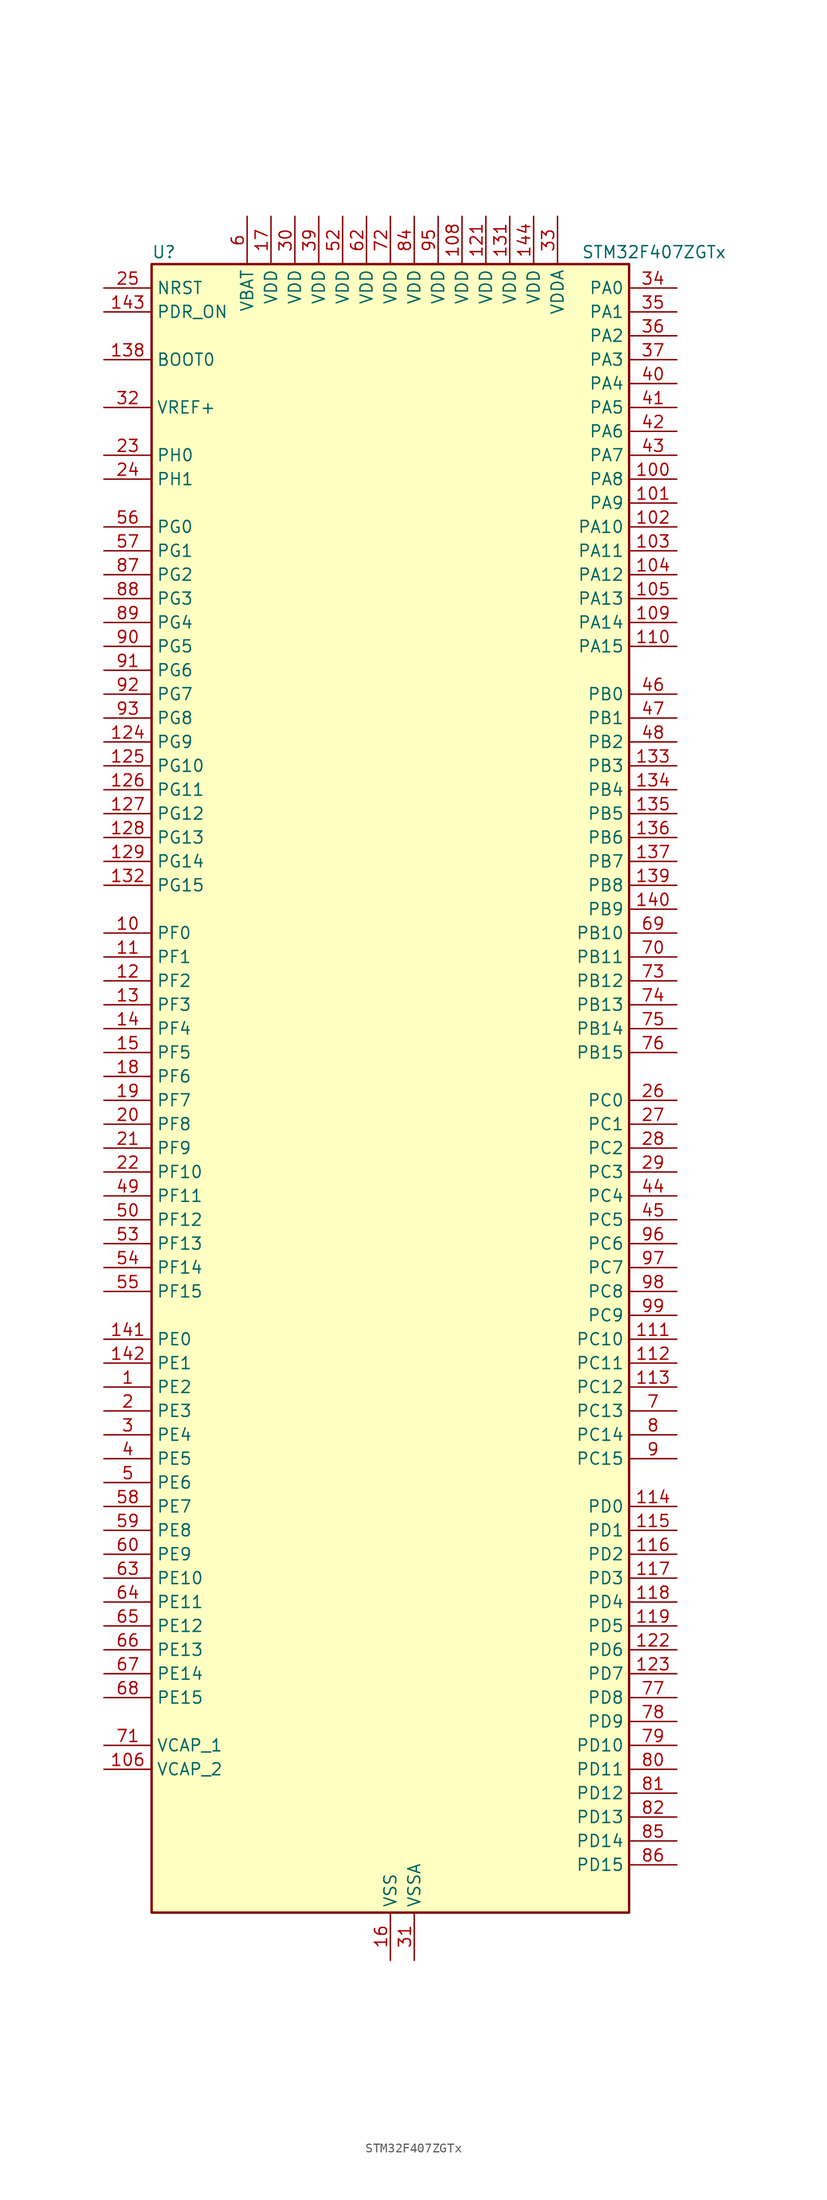
<source format=kicad_sym>
(kicad_symbol_lib
  (version 20220914)
  (generator kicad_symbol_editor)
  (symbol "STM32F407ZGTx"
    (property "Reference" "U"
      (at -25.4 90.17 0)
      (effects (font (size 1.27 1.27)) (justify left)))
    (property "Value" "STM32F407ZGTx"
      (at 20.32 90.17 0)
      (effects (font (size 1.27 1.27)) (justify left)))
    (symbol "STM32F407ZGTx_0_1"
      (rectangle (start -25.4 88.9) (end 25.4 -86.36) (stroke (width 0.254) (type default)) (fill (type background))))
    (symbol "STM32F407ZGTx_1_1"
      (pin bidirectional line (at -30.48 -30.48 0) (length 5.08) (name "PE2" (effects (font (size 1.27 1.27)))) (number "1" (effects (font (size 1.27 1.27)))) (alternate "ETH_TXD3" bidirectional line) (alternate "FSMC_A23" bidirectional line) (alternate "SYS_TRACECLK" bidirectional line))
      (pin bidirectional line (at -30.48 17.78 0) (length 5.08) (name "PF0" (effects (font (size 1.27 1.27)))) (number "10" (effects (font (size 1.27 1.27)))) (alternate "FSMC_A0" bidirectional line) (alternate "I2C2_SDA" bidirectional line))
      (pin bidirectional line (at 30.48 66.04 180) (length 5.08) (name "PA8" (effects (font (size 1.27 1.27)))) (number "100" (effects (font (size 1.27 1.27)))) (alternate "I2C3_SCL" bidirectional line) (alternate "RCC_MCO_1" bidirectional line) (alternate "TIM1_CH1" bidirectional line) (alternate "USART1_CK" bidirectional line) (alternate "USB_OTG_FS_SOF" bidirectional line))
      (pin bidirectional line (at 30.48 63.5 180) (length 5.08) (name "PA9" (effects (font (size 1.27 1.27)))) (number "101" (effects (font (size 1.27 1.27)))) (alternate "DAC_EXTI9" bidirectional line) (alternate "DCMI_D0" bidirectional line) (alternate "I2C3_SMBA" bidirectional line) (alternate "TIM1_CH2" bidirectional line) (alternate "USART1_TX" bidirectional line) (alternate "USB_OTG_FS_VBUS" bidirectional line))
      (pin bidirectional line (at 30.48 60.96 180) (length 5.08) (name "PA10" (effects (font (size 1.27 1.27)))) (number "102" (effects (font (size 1.27 1.27)))) (alternate "DCMI_D1" bidirectional line) (alternate "TIM1_CH3" bidirectional line) (alternate "USART1_RX" bidirectional line) (alternate "USB_OTG_FS_ID" bidirectional line))
      (pin bidirectional line (at 30.48 58.42 180) (length 5.08) (name "PA11" (effects (font (size 1.27 1.27)))) (number "103" (effects (font (size 1.27 1.27)))) (alternate "ADC1_EXTI11" bidirectional line) (alternate "ADC2_EXTI11" bidirectional line) (alternate "ADC3_EXTI11" bidirectional line) (alternate "CAN1_RX" bidirectional line) (alternate "TIM1_CH4" bidirectional line) (alternate "USART1_CTS" bidirectional line) (alternate "USB_OTG_FS_DM" bidirectional line))
      (pin bidirectional line (at 30.48 55.88 180) (length 5.08) (name "PA12" (effects (font (size 1.27 1.27)))) (number "104" (effects (font (size 1.27 1.27)))) (alternate "CAN1_TX" bidirectional line) (alternate "TIM1_ETR" bidirectional line) (alternate "USART1_RTS" bidirectional line) (alternate "USB_OTG_FS_DP" bidirectional line))
      (pin bidirectional line (at 30.48 53.34 180) (length 5.08) (name "PA13" (effects (font (size 1.27 1.27)))) (number "105" (effects (font (size 1.27 1.27)))) (alternate "SYS_JTMS-SWDIO" bidirectional line))
      (pin power_out line (at -30.48 -71.12 0) (length 5.08) (name "VCAP_2" (effects (font (size 1.27 1.27)))) (number "106" (effects (font (size 1.27 1.27)))))
      (pin passive line (at 0 -91.44 90) (length 5.08) hide (name "VSS" (effects (font (size 1.27 1.27)))) (number "107" (effects (font (size 1.27 1.27)))))
      (pin power_in line (at 7.62 93.98 270) (length 5.08) (name "VDD" (effects (font (size 1.27 1.27)))) (number "108" (effects (font (size 1.27 1.27)))))
      (pin bidirectional line (at 30.48 50.8 180) (length 5.08) (name "PA14" (effects (font (size 1.27 1.27)))) (number "109" (effects (font (size 1.27 1.27)))) (alternate "SYS_JTCK-SWCLK" bidirectional line))
      (pin bidirectional line (at -30.48 15.24 0) (length 5.08) (name "PF1" (effects (font (size 1.27 1.27)))) (number "11" (effects (font (size 1.27 1.27)))) (alternate "FSMC_A1" bidirectional line) (alternate "I2C2_SCL" bidirectional line))
      (pin bidirectional line (at 30.48 48.26 180) (length 5.08) (name "PA15" (effects (font (size 1.27 1.27)))) (number "110" (effects (font (size 1.27 1.27)))) (alternate "ADC1_EXTI15" bidirectional line) (alternate "ADC2_EXTI15" bidirectional line) (alternate "ADC3_EXTI15" bidirectional line) (alternate "I2S3_WS" bidirectional line) (alternate "SPI1_NSS" bidirectional line) (alternate "SPI3_NSS" bidirectional line) (alternate "SYS_JTDI" bidirectional line) (alternate "TIM2_CH1" bidirectional line) (alternate "TIM2_ETR" bidirectional line))
      (pin bidirectional line (at 30.48 -25.4 180) (length 5.08) (name "PC10" (effects (font (size 1.27 1.27)))) (number "111" (effects (font (size 1.27 1.27)))) (alternate "DCMI_D8" bidirectional line) (alternate "I2S3_CK" bidirectional line) (alternate "SDIO_D2" bidirectional line) (alternate "SPI3_SCK" bidirectional line) (alternate "UART4_TX" bidirectional line) (alternate "USART3_TX" bidirectional line))
      (pin bidirectional line (at 30.48 -27.94 180) (length 5.08) (name "PC11" (effects (font (size 1.27 1.27)))) (number "112" (effects (font (size 1.27 1.27)))) (alternate "ADC1_EXTI11" bidirectional line) (alternate "ADC2_EXTI11" bidirectional line) (alternate "ADC3_EXTI11" bidirectional line) (alternate "DCMI_D4" bidirectional line) (alternate "I2S3_ext_SD" bidirectional line) (alternate "SDIO_D3" bidirectional line) (alternate "SPI3_MISO" bidirectional line) (alternate "UART4_RX" bidirectional line) (alternate "USART3_RX" bidirectional line))
      (pin bidirectional line (at 30.48 -30.48 180) (length 5.08) (name "PC12" (effects (font (size 1.27 1.27)))) (number "113" (effects (font (size 1.27 1.27)))) (alternate "DCMI_D9" bidirectional line) (alternate "I2S3_SD" bidirectional line) (alternate "SDIO_CK" bidirectional line) (alternate "SPI3_MOSI" bidirectional line) (alternate "UART5_TX" bidirectional line) (alternate "USART3_CK" bidirectional line))
      (pin bidirectional line (at 30.48 -43.18 180) (length 5.08) (name "PD0" (effects (font (size 1.27 1.27)))) (number "114" (effects (font (size 1.27 1.27)))) (alternate "CAN1_RX" bidirectional line) (alternate "FSMC_D2" bidirectional line) (alternate "FSMC_DA2" bidirectional line))
      (pin bidirectional line (at 30.48 -45.72 180) (length 5.08) (name "PD1" (effects (font (size 1.27 1.27)))) (number "115" (effects (font (size 1.27 1.27)))) (alternate "CAN1_TX" bidirectional line) (alternate "FSMC_D3" bidirectional line) (alternate "FSMC_DA3" bidirectional line))
      (pin bidirectional line (at 30.48 -48.26 180) (length 5.08) (name "PD2" (effects (font (size 1.27 1.27)))) (number "116" (effects (font (size 1.27 1.27)))) (alternate "DCMI_D11" bidirectional line) (alternate "SDIO_CMD" bidirectional line) (alternate "TIM3_ETR" bidirectional line) (alternate "UART5_RX" bidirectional line))
      (pin bidirectional line (at 30.48 -50.8 180) (length 5.08) (name "PD3" (effects (font (size 1.27 1.27)))) (number "117" (effects (font (size 1.27 1.27)))) (alternate "FSMC_CLK" bidirectional line) (alternate "USART2_CTS" bidirectional line))
      (pin bidirectional line (at 30.48 -53.34 180) (length 5.08) (name "PD4" (effects (font (size 1.27 1.27)))) (number "118" (effects (font (size 1.27 1.27)))) (alternate "FSMC_NOE" bidirectional line) (alternate "USART2_RTS" bidirectional line))
      (pin bidirectional line (at 30.48 -55.88 180) (length 5.08) (name "PD5" (effects (font (size 1.27 1.27)))) (number "119" (effects (font (size 1.27 1.27)))) (alternate "FSMC_NWE" bidirectional line) (alternate "USART2_TX" bidirectional line))
      (pin bidirectional line (at -30.48 12.7 0) (length 5.08) (name "PF2" (effects (font (size 1.27 1.27)))) (number "12" (effects (font (size 1.27 1.27)))) (alternate "FSMC_A2" bidirectional line) (alternate "I2C2_SMBA" bidirectional line))
      (pin passive line (at 0 -91.44 90) (length 5.08) hide (name "VSS" (effects (font (size 1.27 1.27)))) (number "120" (effects (font (size 1.27 1.27)))))
      (pin power_in line (at 10.16 93.98 270) (length 5.08) (name "VDD" (effects (font (size 1.27 1.27)))) (number "121" (effects (font (size 1.27 1.27)))))
      (pin bidirectional line (at 30.48 -58.42 180) (length 5.08) (name "PD6" (effects (font (size 1.27 1.27)))) (number "122" (effects (font (size 1.27 1.27)))) (alternate "FSMC_NWAIT" bidirectional line) (alternate "USART2_RX" bidirectional line))
      (pin bidirectional line (at 30.48 -60.96 180) (length 5.08) (name "PD7" (effects (font (size 1.27 1.27)))) (number "123" (effects (font (size 1.27 1.27)))) (alternate "FSMC_NCE2" bidirectional line) (alternate "FSMC_NE1" bidirectional line) (alternate "USART2_CK" bidirectional line))
      (pin bidirectional line (at -30.48 38.1 0) (length 5.08) (name "PG9" (effects (font (size 1.27 1.27)))) (number "124" (effects (font (size 1.27 1.27)))) (alternate "DAC_EXTI9" bidirectional line) (alternate "FSMC_NCE3" bidirectional line) (alternate "FSMC_NE2" bidirectional line) (alternate "USART6_RX" bidirectional line))
      (pin bidirectional line (at -30.48 35.56 0) (length 5.08) (name "PG10" (effects (font (size 1.27 1.27)))) (number "125" (effects (font (size 1.27 1.27)))) (alternate "FSMC_NCE4_1" bidirectional line) (alternate "FSMC_NE3" bidirectional line))
      (pin bidirectional line (at -30.48 33.02 0) (length 5.08) (name "PG11" (effects (font (size 1.27 1.27)))) (number "126" (effects (font (size 1.27 1.27)))) (alternate "ADC1_EXTI11" bidirectional line) (alternate "ADC2_EXTI11" bidirectional line) (alternate "ADC3_EXTI11" bidirectional line) (alternate "ETH_TX_EN" bidirectional line) (alternate "FSMC_NCE4_2" bidirectional line))
      (pin bidirectional line (at -30.48 30.48 0) (length 5.08) (name "PG12" (effects (font (size 1.27 1.27)))) (number "127" (effects (font (size 1.27 1.27)))) (alternate "FSMC_NE4" bidirectional line) (alternate "USART6_RTS" bidirectional line))
      (pin bidirectional line (at -30.48 27.94 0) (length 5.08) (name "PG13" (effects (font (size 1.27 1.27)))) (number "128" (effects (font (size 1.27 1.27)))) (alternate "ETH_TXD0" bidirectional line) (alternate "FSMC_A24" bidirectional line) (alternate "USART6_CTS" bidirectional line))
      (pin bidirectional line (at -30.48 25.4 0) (length 5.08) (name "PG14" (effects (font (size 1.27 1.27)))) (number "129" (effects (font (size 1.27 1.27)))) (alternate "ETH_TXD1" bidirectional line) (alternate "FSMC_A25" bidirectional line) (alternate "USART6_TX" bidirectional line))
      (pin bidirectional line (at -30.48 10.16 0) (length 5.08) (name "PF3" (effects (font (size 1.27 1.27)))) (number "13" (effects (font (size 1.27 1.27)))) (alternate "ADC3_IN9" bidirectional line) (alternate "FSMC_A3" bidirectional line))
      (pin passive line (at 0 -91.44 90) (length 5.08) hide (name "VSS" (effects (font (size 1.27 1.27)))) (number "130" (effects (font (size 1.27 1.27)))))
      (pin power_in line (at 12.7 93.98 270) (length 5.08) (name "VDD" (effects (font (size 1.27 1.27)))) (number "131" (effects (font (size 1.27 1.27)))))
      (pin bidirectional line (at -30.48 22.86 0) (length 5.08) (name "PG15" (effects (font (size 1.27 1.27)))) (number "132" (effects (font (size 1.27 1.27)))) (alternate "ADC1_EXTI15" bidirectional line) (alternate "ADC2_EXTI15" bidirectional line) (alternate "ADC3_EXTI15" bidirectional line) (alternate "DCMI_D13" bidirectional line) (alternate "USART6_CTS" bidirectional line))
      (pin bidirectional line (at 30.48 35.56 180) (length 5.08) (name "PB3" (effects (font (size 1.27 1.27)))) (number "133" (effects (font (size 1.27 1.27)))) (alternate "I2S3_CK" bidirectional line) (alternate "SPI1_SCK" bidirectional line) (alternate "SPI3_SCK" bidirectional line) (alternate "SYS_JTDO-SWO" bidirectional line) (alternate "TIM2_CH2" bidirectional line))
      (pin bidirectional line (at 30.48 33.02 180) (length 5.08) (name "PB4" (effects (font (size 1.27 1.27)))) (number "134" (effects (font (size 1.27 1.27)))) (alternate "I2S3_ext_SD" bidirectional line) (alternate "SPI1_MISO" bidirectional line) (alternate "SPI3_MISO" bidirectional line) (alternate "SYS_JTRST" bidirectional line) (alternate "TIM3_CH1" bidirectional line))
      (pin bidirectional line (at 30.48 30.48 180) (length 5.08) (name "PB5" (effects (font (size 1.27 1.27)))) (number "135" (effects (font (size 1.27 1.27)))) (alternate "CAN2_RX" bidirectional line) (alternate "DCMI_D10" bidirectional line) (alternate "ETH_PPS_OUT" bidirectional line) (alternate "I2C1_SMBA" bidirectional line) (alternate "I2S3_SD" bidirectional line) (alternate "SPI1_MOSI" bidirectional line) (alternate "SPI3_MOSI" bidirectional line) (alternate "TIM3_CH2" bidirectional line) (alternate "USB_OTG_HS_ULPI_D7" bidirectional line))
      (pin bidirectional line (at 30.48 27.94 180) (length 5.08) (name "PB6" (effects (font (size 1.27 1.27)))) (number "136" (effects (font (size 1.27 1.27)))) (alternate "CAN2_TX" bidirectional line) (alternate "DCMI_D5" bidirectional line) (alternate "I2C1_SCL" bidirectional line) (alternate "TIM4_CH1" bidirectional line) (alternate "USART1_TX" bidirectional line))
      (pin bidirectional line (at 30.48 25.4 180) (length 5.08) (name "PB7" (effects (font (size 1.27 1.27)))) (number "137" (effects (font (size 1.27 1.27)))) (alternate "DCMI_VSYNC" bidirectional line) (alternate "FSMC_NL" bidirectional line) (alternate "I2C1_SDA" bidirectional line) (alternate "TIM4_CH2" bidirectional line) (alternate "USART1_RX" bidirectional line))
      (pin input line (at -30.48 78.74 0) (length 5.08) (name "BOOT0" (effects (font (size 1.27 1.27)))) (number "138" (effects (font (size 1.27 1.27)))))
      (pin bidirectional line (at 30.48 22.86 180) (length 5.08) (name "PB8" (effects (font (size 1.27 1.27)))) (number "139" (effects (font (size 1.27 1.27)))) (alternate "CAN1_RX" bidirectional line) (alternate "DCMI_D6" bidirectional line) (alternate "ETH_TXD3" bidirectional line) (alternate "I2C1_SCL" bidirectional line) (alternate "SDIO_D4" bidirectional line) (alternate "TIM10_CH1" bidirectional line) (alternate "TIM4_CH3" bidirectional line))
      (pin bidirectional line (at -30.48 7.62 0) (length 5.08) (name "PF4" (effects (font (size 1.27 1.27)))) (number "14" (effects (font (size 1.27 1.27)))) (alternate "ADC3_IN14" bidirectional line) (alternate "FSMC_A4" bidirectional line))
      (pin bidirectional line (at 30.48 20.32 180) (length 5.08) (name "PB9" (effects (font (size 1.27 1.27)))) (number "140" (effects (font (size 1.27 1.27)))) (alternate "CAN1_TX" bidirectional line) (alternate "DAC_EXTI9" bidirectional line) (alternate "DCMI_D7" bidirectional line) (alternate "I2C1_SDA" bidirectional line) (alternate "I2S2_WS" bidirectional line) (alternate "SDIO_D5" bidirectional line) (alternate "SPI2_NSS" bidirectional line) (alternate "TIM11_CH1" bidirectional line) (alternate "TIM4_CH4" bidirectional line))
      (pin bidirectional line (at -30.48 -25.4 0) (length 5.08) (name "PE0" (effects (font (size 1.27 1.27)))) (number "141" (effects (font (size 1.27 1.27)))) (alternate "DCMI_D2" bidirectional line) (alternate "FSMC_NBL0" bidirectional line) (alternate "TIM4_ETR" bidirectional line))
      (pin bidirectional line (at -30.48 -27.94 0) (length 5.08) (name "PE1" (effects (font (size 1.27 1.27)))) (number "142" (effects (font (size 1.27 1.27)))) (alternate "DCMI_D3" bidirectional line) (alternate "FSMC_NBL1" bidirectional line))
      (pin input line (at -30.48 83.82 0) (length 5.08) (name "PDR_ON" (effects (font (size 1.27 1.27)))) (number "143" (effects (font (size 1.27 1.27)))))
      (pin power_in line (at 15.24 93.98 270) (length 5.08) (name "VDD" (effects (font (size 1.27 1.27)))) (number "144" (effects (font (size 1.27 1.27)))))
      (pin bidirectional line (at -30.48 5.08 0) (length 5.08) (name "PF5" (effects (font (size 1.27 1.27)))) (number "15" (effects (font (size 1.27 1.27)))) (alternate "ADC3_IN15" bidirectional line) (alternate "FSMC_A5" bidirectional line))
      (pin power_in line (at 0 -91.44 90) (length 5.08) (name "VSS" (effects (font (size 1.27 1.27)))) (number "16" (effects (font (size 1.27 1.27)))))
      (pin power_in line (at -12.7 93.98 270) (length 5.08) (name "VDD" (effects (font (size 1.27 1.27)))) (number "17" (effects (font (size 1.27 1.27)))))
      (pin bidirectional line (at -30.48 2.54 0) (length 5.08) (name "PF6" (effects (font (size 1.27 1.27)))) (number "18" (effects (font (size 1.27 1.27)))) (alternate "ADC3_IN4" bidirectional line) (alternate "FSMC_NIORD" bidirectional line) (alternate "TIM10_CH1" bidirectional line))
      (pin bidirectional line (at -30.48 0 0) (length 5.08) (name "PF7" (effects (font (size 1.27 1.27)))) (number "19" (effects (font (size 1.27 1.27)))) (alternate "ADC3_IN5" bidirectional line) (alternate "FSMC_NREG" bidirectional line) (alternate "TIM11_CH1" bidirectional line))
      (pin bidirectional line (at -30.48 -33.02 0) (length 5.08) (name "PE3" (effects (font (size 1.27 1.27)))) (number "2" (effects (font (size 1.27 1.27)))) (alternate "FSMC_A19" bidirectional line) (alternate "SYS_TRACED0" bidirectional line))
      (pin bidirectional line (at -30.48 -2.54 0) (length 5.08) (name "PF8" (effects (font (size 1.27 1.27)))) (number "20" (effects (font (size 1.27 1.27)))) (alternate "ADC3_IN6" bidirectional line) (alternate "FSMC_NIOWR" bidirectional line) (alternate "TIM13_CH1" bidirectional line))
      (pin bidirectional line (at -30.48 -5.08 0) (length 5.08) (name "PF9" (effects (font (size 1.27 1.27)))) (number "21" (effects (font (size 1.27 1.27)))) (alternate "ADC3_IN7" bidirectional line) (alternate "DAC_EXTI9" bidirectional line) (alternate "FSMC_CD" bidirectional line) (alternate "TIM14_CH1" bidirectional line))
      (pin bidirectional line (at -30.48 -7.62 0) (length 5.08) (name "PF10" (effects (font (size 1.27 1.27)))) (number "22" (effects (font (size 1.27 1.27)))) (alternate "ADC3_IN8" bidirectional line) (alternate "FSMC_INTR" bidirectional line))
      (pin bidirectional line (at -30.48 68.58 0) (length 5.08) (name "PH0" (effects (font (size 1.27 1.27)))) (number "23" (effects (font (size 1.27 1.27)))) (alternate "RCC_OSC_IN" bidirectional line))
      (pin bidirectional line (at -30.48 66.04 0) (length 5.08) (name "PH1" (effects (font (size 1.27 1.27)))) (number "24" (effects (font (size 1.27 1.27)))) (alternate "RCC_OSC_OUT" bidirectional line))
      (pin input line (at -30.48 86.36 0) (length 5.08) (name "NRST" (effects (font (size 1.27 1.27)))) (number "25" (effects (font (size 1.27 1.27)))))
      (pin bidirectional line (at 30.48 0 180) (length 5.08) (name "PC0" (effects (font (size 1.27 1.27)))) (number "26" (effects (font (size 1.27 1.27)))) (alternate "ADC1_IN10" bidirectional line) (alternate "ADC2_IN10" bidirectional line) (alternate "ADC3_IN10" bidirectional line) (alternate "USB_OTG_HS_ULPI_STP" bidirectional line))
      (pin bidirectional line (at 30.48 -2.54 180) (length 5.08) (name "PC1" (effects (font (size 1.27 1.27)))) (number "27" (effects (font (size 1.27 1.27)))) (alternate "ADC1_IN11" bidirectional line) (alternate "ADC2_IN11" bidirectional line) (alternate "ADC3_IN11" bidirectional line) (alternate "ETH_MDC" bidirectional line))
      (pin bidirectional line (at 30.48 -5.08 180) (length 5.08) (name "PC2" (effects (font (size 1.27 1.27)))) (number "28" (effects (font (size 1.27 1.27)))) (alternate "ADC1_IN12" bidirectional line) (alternate "ADC2_IN12" bidirectional line) (alternate "ADC3_IN12" bidirectional line) (alternate "ETH_TXD2" bidirectional line) (alternate "I2S2_ext_SD" bidirectional line) (alternate "SPI2_MISO" bidirectional line) (alternate "USB_OTG_HS_ULPI_DIR" bidirectional line))
      (pin bidirectional line (at 30.48 -7.62 180) (length 5.08) (name "PC3" (effects (font (size 1.27 1.27)))) (number "29" (effects (font (size 1.27 1.27)))) (alternate "ADC1_IN13" bidirectional line) (alternate "ADC2_IN13" bidirectional line) (alternate "ADC3_IN13" bidirectional line) (alternate "ETH_TX_CLK" bidirectional line) (alternate "I2S2_SD" bidirectional line) (alternate "SPI2_MOSI" bidirectional line) (alternate "USB_OTG_HS_ULPI_NXT" bidirectional line))
      (pin bidirectional line (at -30.48 -35.56 0) (length 5.08) (name "PE4" (effects (font (size 1.27 1.27)))) (number "3" (effects (font (size 1.27 1.27)))) (alternate "DCMI_D4" bidirectional line) (alternate "FSMC_A20" bidirectional line) (alternate "SYS_TRACED1" bidirectional line))
      (pin power_in line (at -10.16 93.98 270) (length 5.08) (name "VDD" (effects (font (size 1.27 1.27)))) (number "30" (effects (font (size 1.27 1.27)))))
      (pin power_in line (at 2.54 -91.44 90) (length 5.08) (name "VSSA" (effects (font (size 1.27 1.27)))) (number "31" (effects (font (size 1.27 1.27)))))
      (pin input line (at -30.48 73.66 0) (length 5.08) (name "VREF+" (effects (font (size 1.27 1.27)))) (number "32" (effects (font (size 1.27 1.27)))))
      (pin power_in line (at 17.78 93.98 270) (length 5.08) (name "VDDA" (effects (font (size 1.27 1.27)))) (number "33" (effects (font (size 1.27 1.27)))))
      (pin bidirectional line (at 30.48 86.36 180) (length 5.08) (name "PA0" (effects (font (size 1.27 1.27)))) (number "34" (effects (font (size 1.27 1.27)))) (alternate "ADC1_IN0" bidirectional line) (alternate "ADC2_IN0" bidirectional line) (alternate "ADC3_IN0" bidirectional line) (alternate "ETH_CRS" bidirectional line) (alternate "SYS_WKUP" bidirectional line) (alternate "TIM2_CH1" bidirectional line) (alternate "TIM2_ETR" bidirectional line) (alternate "TIM5_CH1" bidirectional line) (alternate "TIM8_ETR" bidirectional line) (alternate "UART4_TX" bidirectional line) (alternate "USART2_CTS" bidirectional line))
      (pin bidirectional line (at 30.48 83.82 180) (length 5.08) (name "PA1" (effects (font (size 1.27 1.27)))) (number "35" (effects (font (size 1.27 1.27)))) (alternate "ADC1_IN1" bidirectional line) (alternate "ADC2_IN1" bidirectional line) (alternate "ADC3_IN1" bidirectional line) (alternate "ETH_REF_CLK" bidirectional line) (alternate "ETH_RX_CLK" bidirectional line) (alternate "TIM2_CH2" bidirectional line) (alternate "TIM5_CH2" bidirectional line) (alternate "UART4_RX" bidirectional line) (alternate "USART2_RTS" bidirectional line))
      (pin bidirectional line (at 30.48 81.28 180) (length 5.08) (name "PA2" (effects (font (size 1.27 1.27)))) (number "36" (effects (font (size 1.27 1.27)))) (alternate "ADC1_IN2" bidirectional line) (alternate "ADC2_IN2" bidirectional line) (alternate "ADC3_IN2" bidirectional line) (alternate "ETH_MDIO" bidirectional line) (alternate "TIM2_CH3" bidirectional line) (alternate "TIM5_CH3" bidirectional line) (alternate "TIM9_CH1" bidirectional line) (alternate "USART2_TX" bidirectional line))
      (pin bidirectional line (at 30.48 78.74 180) (length 5.08) (name "PA3" (effects (font (size 1.27 1.27)))) (number "37" (effects (font (size 1.27 1.27)))) (alternate "ADC1_IN3" bidirectional line) (alternate "ADC2_IN3" bidirectional line) (alternate "ADC3_IN3" bidirectional line) (alternate "ETH_COL" bidirectional line) (alternate "TIM2_CH4" bidirectional line) (alternate "TIM5_CH4" bidirectional line) (alternate "TIM9_CH2" bidirectional line) (alternate "USART2_RX" bidirectional line) (alternate "USB_OTG_HS_ULPI_D0" bidirectional line))
      (pin passive line (at 0 -91.44 90) (length 5.08) hide (name "VSS" (effects (font (size 1.27 1.27)))) (number "38" (effects (font (size 1.27 1.27)))))
      (pin power_in line (at -7.62 93.98 270) (length 5.08) (name "VDD" (effects (font (size 1.27 1.27)))) (number "39" (effects (font (size 1.27 1.27)))))
      (pin bidirectional line (at -30.48 -38.1 0) (length 5.08) (name "PE5" (effects (font (size 1.27 1.27)))) (number "4" (effects (font (size 1.27 1.27)))) (alternate "DCMI_D6" bidirectional line) (alternate "FSMC_A21" bidirectional line) (alternate "SYS_TRACED2" bidirectional line) (alternate "TIM9_CH1" bidirectional line))
      (pin bidirectional line (at 30.48 76.2 180) (length 5.08) (name "PA4" (effects (font (size 1.27 1.27)))) (number "40" (effects (font (size 1.27 1.27)))) (alternate "ADC1_IN4" bidirectional line) (alternate "ADC2_IN4" bidirectional line) (alternate "DAC_OUT1" bidirectional line) (alternate "DCMI_HSYNC" bidirectional line) (alternate "I2S3_WS" bidirectional line) (alternate "SPI1_NSS" bidirectional line) (alternate "SPI3_NSS" bidirectional line) (alternate "USART2_CK" bidirectional line) (alternate "USB_OTG_HS_SOF" bidirectional line))
      (pin bidirectional line (at 30.48 73.66 180) (length 5.08) (name "PA5" (effects (font (size 1.27 1.27)))) (number "41" (effects (font (size 1.27 1.27)))) (alternate "ADC1_IN5" bidirectional line) (alternate "ADC2_IN5" bidirectional line) (alternate "DAC_OUT2" bidirectional line) (alternate "SPI1_SCK" bidirectional line) (alternate "TIM2_CH1" bidirectional line) (alternate "TIM2_ETR" bidirectional line) (alternate "TIM8_CH1N" bidirectional line) (alternate "USB_OTG_HS_ULPI_CK" bidirectional line))
      (pin bidirectional line (at 30.48 71.12 180) (length 5.08) (name "PA6" (effects (font (size 1.27 1.27)))) (number "42" (effects (font (size 1.27 1.27)))) (alternate "ADC1_IN6" bidirectional line) (alternate "ADC2_IN6" bidirectional line) (alternate "DCMI_PIXCLK" bidirectional line) (alternate "SPI1_MISO" bidirectional line) (alternate "TIM13_CH1" bidirectional line) (alternate "TIM1_BKIN" bidirectional line) (alternate "TIM3_CH1" bidirectional line) (alternate "TIM8_BKIN" bidirectional line))
      (pin bidirectional line (at 30.48 68.58 180) (length 5.08) (name "PA7" (effects (font (size 1.27 1.27)))) (number "43" (effects (font (size 1.27 1.27)))) (alternate "ADC1_IN7" bidirectional line) (alternate "ADC2_IN7" bidirectional line) (alternate "ETH_CRS_DV" bidirectional line) (alternate "ETH_RX_DV" bidirectional line) (alternate "SPI1_MOSI" bidirectional line) (alternate "TIM14_CH1" bidirectional line) (alternate "TIM1_CH1N" bidirectional line) (alternate "TIM3_CH2" bidirectional line) (alternate "TIM8_CH1N" bidirectional line))
      (pin bidirectional line (at 30.48 -10.16 180) (length 5.08) (name "PC4" (effects (font (size 1.27 1.27)))) (number "44" (effects (font (size 1.27 1.27)))) (alternate "ADC1_IN14" bidirectional line) (alternate "ADC2_IN14" bidirectional line) (alternate "ETH_RXD0" bidirectional line))
      (pin bidirectional line (at 30.48 -12.7 180) (length 5.08) (name "PC5" (effects (font (size 1.27 1.27)))) (number "45" (effects (font (size 1.27 1.27)))) (alternate "ADC1_IN15" bidirectional line) (alternate "ADC2_IN15" bidirectional line) (alternate "ETH_RXD1" bidirectional line))
      (pin bidirectional line (at 30.48 43.18 180) (length 5.08) (name "PB0" (effects (font (size 1.27 1.27)))) (number "46" (effects (font (size 1.27 1.27)))) (alternate "ADC1_IN8" bidirectional line) (alternate "ADC2_IN8" bidirectional line) (alternate "ETH_RXD2" bidirectional line) (alternate "TIM1_CH2N" bidirectional line) (alternate "TIM3_CH3" bidirectional line) (alternate "TIM8_CH2N" bidirectional line) (alternate "USB_OTG_HS_ULPI_D1" bidirectional line))
      (pin bidirectional line (at 30.48 40.64 180) (length 5.08) (name "PB1" (effects (font (size 1.27 1.27)))) (number "47" (effects (font (size 1.27 1.27)))) (alternate "ADC1_IN9" bidirectional line) (alternate "ADC2_IN9" bidirectional line) (alternate "ETH_RXD3" bidirectional line) (alternate "TIM1_CH3N" bidirectional line) (alternate "TIM3_CH4" bidirectional line) (alternate "TIM8_CH3N" bidirectional line) (alternate "USB_OTG_HS_ULPI_D2" bidirectional line))
      (pin bidirectional line (at 30.48 38.1 180) (length 5.08) (name "PB2" (effects (font (size 1.27 1.27)))) (number "48" (effects (font (size 1.27 1.27)))))
      (pin bidirectional line (at -30.48 -10.16 0) (length 5.08) (name "PF11" (effects (font (size 1.27 1.27)))) (number "49" (effects (font (size 1.27 1.27)))) (alternate "ADC1_EXTI11" bidirectional line) (alternate "ADC2_EXTI11" bidirectional line) (alternate "ADC3_EXTI11" bidirectional line) (alternate "DCMI_D12" bidirectional line))
      (pin bidirectional line (at -30.48 -40.64 0) (length 5.08) (name "PE6" (effects (font (size 1.27 1.27)))) (number "5" (effects (font (size 1.27 1.27)))) (alternate "DCMI_D7" bidirectional line) (alternate "FSMC_A22" bidirectional line) (alternate "SYS_TRACED3" bidirectional line) (alternate "TIM9_CH2" bidirectional line))
      (pin bidirectional line (at -30.48 -12.7 0) (length 5.08) (name "PF12" (effects (font (size 1.27 1.27)))) (number "50" (effects (font (size 1.27 1.27)))) (alternate "FSMC_A6" bidirectional line))
      (pin passive line (at 0 -91.44 90) (length 5.08) hide (name "VSS" (effects (font (size 1.27 1.27)))) (number "51" (effects (font (size 1.27 1.27)))))
      (pin power_in line (at -5.08 93.98 270) (length 5.08) (name "VDD" (effects (font (size 1.27 1.27)))) (number "52" (effects (font (size 1.27 1.27)))))
      (pin bidirectional line (at -30.48 -15.24 0) (length 5.08) (name "PF13" (effects (font (size 1.27 1.27)))) (number "53" (effects (font (size 1.27 1.27)))) (alternate "FSMC_A7" bidirectional line))
      (pin bidirectional line (at -30.48 -17.78 0) (length 5.08) (name "PF14" (effects (font (size 1.27 1.27)))) (number "54" (effects (font (size 1.27 1.27)))) (alternate "FSMC_A8" bidirectional line))
      (pin bidirectional line (at -30.48 -20.32 0) (length 5.08) (name "PF15" (effects (font (size 1.27 1.27)))) (number "55" (effects (font (size 1.27 1.27)))) (alternate "ADC1_EXTI15" bidirectional line) (alternate "ADC2_EXTI15" bidirectional line) (alternate "ADC3_EXTI15" bidirectional line) (alternate "FSMC_A9" bidirectional line))
      (pin bidirectional line (at -30.48 60.96 0) (length 5.08) (name "PG0" (effects (font (size 1.27 1.27)))) (number "56" (effects (font (size 1.27 1.27)))) (alternate "FSMC_A10" bidirectional line))
      (pin bidirectional line (at -30.48 58.42 0) (length 5.08) (name "PG1" (effects (font (size 1.27 1.27)))) (number "57" (effects (font (size 1.27 1.27)))) (alternate "FSMC_A11" bidirectional line))
      (pin bidirectional line (at -30.48 -43.18 0) (length 5.08) (name "PE7" (effects (font (size 1.27 1.27)))) (number "58" (effects (font (size 1.27 1.27)))) (alternate "FSMC_D4" bidirectional line) (alternate "FSMC_DA4" bidirectional line) (alternate "TIM1_ETR" bidirectional line))
      (pin bidirectional line (at -30.48 -45.72 0) (length 5.08) (name "PE8" (effects (font (size 1.27 1.27)))) (number "59" (effects (font (size 1.27 1.27)))) (alternate "FSMC_D5" bidirectional line) (alternate "FSMC_DA5" bidirectional line) (alternate "TIM1_CH1N" bidirectional line))
      (pin power_in line (at -15.24 93.98 270) (length 5.08) (name "VBAT" (effects (font (size 1.27 1.27)))) (number "6" (effects (font (size 1.27 1.27)))))
      (pin bidirectional line (at -30.48 -48.26 0) (length 5.08) (name "PE9" (effects (font (size 1.27 1.27)))) (number "60" (effects (font (size 1.27 1.27)))) (alternate "DAC_EXTI9" bidirectional line) (alternate "FSMC_D6" bidirectional line) (alternate "FSMC_DA6" bidirectional line) (alternate "TIM1_CH1" bidirectional line))
      (pin passive line (at 0 -91.44 90) (length 5.08) hide (name "VSS" (effects (font (size 1.27 1.27)))) (number "61" (effects (font (size 1.27 1.27)))))
      (pin power_in line (at -2.54 93.98 270) (length 5.08) (name "VDD" (effects (font (size 1.27 1.27)))) (number "62" (effects (font (size 1.27 1.27)))))
      (pin bidirectional line (at -30.48 -50.8 0) (length 5.08) (name "PE10" (effects (font (size 1.27 1.27)))) (number "63" (effects (font (size 1.27 1.27)))) (alternate "FSMC_D7" bidirectional line) (alternate "FSMC_DA7" bidirectional line) (alternate "TIM1_CH2N" bidirectional line))
      (pin bidirectional line (at -30.48 -53.34 0) (length 5.08) (name "PE11" (effects (font (size 1.27 1.27)))) (number "64" (effects (font (size 1.27 1.27)))) (alternate "ADC1_EXTI11" bidirectional line) (alternate "ADC2_EXTI11" bidirectional line) (alternate "ADC3_EXTI11" bidirectional line) (alternate "FSMC_D8" bidirectional line) (alternate "FSMC_DA8" bidirectional line) (alternate "TIM1_CH2" bidirectional line))
      (pin bidirectional line (at -30.48 -55.88 0) (length 5.08) (name "PE12" (effects (font (size 1.27 1.27)))) (number "65" (effects (font (size 1.27 1.27)))) (alternate "FSMC_D9" bidirectional line) (alternate "FSMC_DA9" bidirectional line) (alternate "TIM1_CH3N" bidirectional line))
      (pin bidirectional line (at -30.48 -58.42 0) (length 5.08) (name "PE13" (effects (font (size 1.27 1.27)))) (number "66" (effects (font (size 1.27 1.27)))) (alternate "FSMC_D10" bidirectional line) (alternate "FSMC_DA10" bidirectional line) (alternate "TIM1_CH3" bidirectional line))
      (pin bidirectional line (at -30.48 -60.96 0) (length 5.08) (name "PE14" (effects (font (size 1.27 1.27)))) (number "67" (effects (font (size 1.27 1.27)))) (alternate "FSMC_D11" bidirectional line) (alternate "FSMC_DA11" bidirectional line) (alternate "TIM1_CH4" bidirectional line))
      (pin bidirectional line (at -30.48 -63.5 0) (length 5.08) (name "PE15" (effects (font (size 1.27 1.27)))) (number "68" (effects (font (size 1.27 1.27)))) (alternate "ADC1_EXTI15" bidirectional line) (alternate "ADC2_EXTI15" bidirectional line) (alternate "ADC3_EXTI15" bidirectional line) (alternate "FSMC_D12" bidirectional line) (alternate "FSMC_DA12" bidirectional line) (alternate "TIM1_BKIN" bidirectional line))
      (pin bidirectional line (at 30.48 17.78 180) (length 5.08) (name "PB10" (effects (font (size 1.27 1.27)))) (number "69" (effects (font (size 1.27 1.27)))) (alternate "ETH_RX_ER" bidirectional line) (alternate "I2C2_SCL" bidirectional line) (alternate "I2S2_CK" bidirectional line) (alternate "SPI2_SCK" bidirectional line) (alternate "TIM2_CH3" bidirectional line) (alternate "USART3_TX" bidirectional line) (alternate "USB_OTG_HS_ULPI_D3" bidirectional line))
      (pin bidirectional line (at 30.48 -33.02 180) (length 5.08) (name "PC13" (effects (font (size 1.27 1.27)))) (number "7" (effects (font (size 1.27 1.27)))) (alternate "RTC_AF1" bidirectional line))
      (pin bidirectional line (at 30.48 15.24 180) (length 5.08) (name "PB11" (effects (font (size 1.27 1.27)))) (number "70" (effects (font (size 1.27 1.27)))) (alternate "ADC1_EXTI11" bidirectional line) (alternate "ADC2_EXTI11" bidirectional line) (alternate "ADC3_EXTI11" bidirectional line) (alternate "ETH_TX_EN" bidirectional line) (alternate "I2C2_SDA" bidirectional line) (alternate "TIM2_CH4" bidirectional line) (alternate "USART3_RX" bidirectional line) (alternate "USB_OTG_HS_ULPI_D4" bidirectional line))
      (pin power_out line (at -30.48 -68.58 0) (length 5.08) (name "VCAP_1" (effects (font (size 1.27 1.27)))) (number "71" (effects (font (size 1.27 1.27)))))
      (pin power_in line (at 0 93.98 270) (length 5.08) (name "VDD" (effects (font (size 1.27 1.27)))) (number "72" (effects (font (size 1.27 1.27)))))
      (pin bidirectional line (at 30.48 12.7 180) (length 5.08) (name "PB12" (effects (font (size 1.27 1.27)))) (number "73" (effects (font (size 1.27 1.27)))) (alternate "CAN2_RX" bidirectional line) (alternate "ETH_TXD0" bidirectional line) (alternate "I2C2_SMBA" bidirectional line) (alternate "I2S2_WS" bidirectional line) (alternate "SPI2_NSS" bidirectional line) (alternate "TIM1_BKIN" bidirectional line) (alternate "USART3_CK" bidirectional line) (alternate "USB_OTG_HS_ID" bidirectional line) (alternate "USB_OTG_HS_ULPI_D5" bidirectional line))
      (pin bidirectional line (at 30.48 10.16 180) (length 5.08) (name "PB13" (effects (font (size 1.27 1.27)))) (number "74" (effects (font (size 1.27 1.27)))) (alternate "CAN2_TX" bidirectional line) (alternate "ETH_TXD1" bidirectional line) (alternate "I2S2_CK" bidirectional line) (alternate "SPI2_SCK" bidirectional line) (alternate "TIM1_CH1N" bidirectional line) (alternate "USART3_CTS" bidirectional line) (alternate "USB_OTG_HS_ULPI_D6" bidirectional line) (alternate "USB_OTG_HS_VBUS" bidirectional line))
      (pin bidirectional line (at 30.48 7.62 180) (length 5.08) (name "PB14" (effects (font (size 1.27 1.27)))) (number "75" (effects (font (size 1.27 1.27)))) (alternate "I2S2_ext_SD" bidirectional line) (alternate "SPI2_MISO" bidirectional line) (alternate "TIM12_CH1" bidirectional line) (alternate "TIM1_CH2N" bidirectional line) (alternate "TIM8_CH2N" bidirectional line) (alternate "USART3_RTS" bidirectional line) (alternate "USB_OTG_HS_DM" bidirectional line))
      (pin bidirectional line (at 30.48 5.08 180) (length 5.08) (name "PB15" (effects (font (size 1.27 1.27)))) (number "76" (effects (font (size 1.27 1.27)))) (alternate "ADC1_EXTI15" bidirectional line) (alternate "ADC2_EXTI15" bidirectional line) (alternate "ADC3_EXTI15" bidirectional line) (alternate "I2S2_SD" bidirectional line) (alternate "RTC_REFIN" bidirectional line) (alternate "SPI2_MOSI" bidirectional line) (alternate "TIM12_CH2" bidirectional line) (alternate "TIM1_CH3N" bidirectional line) (alternate "TIM8_CH3N" bidirectional line) (alternate "USB_OTG_HS_DP" bidirectional line))
      (pin bidirectional line (at 30.48 -63.5 180) (length 5.08) (name "PD8" (effects (font (size 1.27 1.27)))) (number "77" (effects (font (size 1.27 1.27)))) (alternate "FSMC_D13" bidirectional line) (alternate "FSMC_DA13" bidirectional line) (alternate "USART3_TX" bidirectional line))
      (pin bidirectional line (at 30.48 -66.04 180) (length 5.08) (name "PD9" (effects (font (size 1.27 1.27)))) (number "78" (effects (font (size 1.27 1.27)))) (alternate "DAC_EXTI9" bidirectional line) (alternate "FSMC_D14" bidirectional line) (alternate "FSMC_DA14" bidirectional line) (alternate "USART3_RX" bidirectional line))
      (pin bidirectional line (at 30.48 -68.58 180) (length 5.08) (name "PD10" (effects (font (size 1.27 1.27)))) (number "79" (effects (font (size 1.27 1.27)))) (alternate "FSMC_D15" bidirectional line) (alternate "FSMC_DA15" bidirectional line) (alternate "USART3_CK" bidirectional line))
      (pin bidirectional line (at 30.48 -35.56 180) (length 5.08) (name "PC14" (effects (font (size 1.27 1.27)))) (number "8" (effects (font (size 1.27 1.27)))) (alternate "RCC_OSC32_IN" bidirectional line))
      (pin bidirectional line (at 30.48 -71.12 180) (length 5.08) (name "PD11" (effects (font (size 1.27 1.27)))) (number "80" (effects (font (size 1.27 1.27)))) (alternate "ADC1_EXTI11" bidirectional line) (alternate "ADC2_EXTI11" bidirectional line) (alternate "ADC3_EXTI11" bidirectional line) (alternate "FSMC_A16" bidirectional line) (alternate "FSMC_CLE" bidirectional line) (alternate "USART3_CTS" bidirectional line))
      (pin bidirectional line (at 30.48 -73.66 180) (length 5.08) (name "PD12" (effects (font (size 1.27 1.27)))) (number "81" (effects (font (size 1.27 1.27)))) (alternate "FSMC_A17" bidirectional line) (alternate "FSMC_ALE" bidirectional line) (alternate "TIM4_CH1" bidirectional line) (alternate "USART3_RTS" bidirectional line))
      (pin bidirectional line (at 30.48 -76.2 180) (length 5.08) (name "PD13" (effects (font (size 1.27 1.27)))) (number "82" (effects (font (size 1.27 1.27)))) (alternate "FSMC_A18" bidirectional line) (alternate "TIM4_CH2" bidirectional line))
      (pin passive line (at 0 -91.44 90) (length 5.08) hide (name "VSS" (effects (font (size 1.27 1.27)))) (number "83" (effects (font (size 1.27 1.27)))))
      (pin power_in line (at 2.54 93.98 270) (length 5.08) (name "VDD" (effects (font (size 1.27 1.27)))) (number "84" (effects (font (size 1.27 1.27)))))
      (pin bidirectional line (at 30.48 -78.74 180) (length 5.08) (name "PD14" (effects (font (size 1.27 1.27)))) (number "85" (effects (font (size 1.27 1.27)))) (alternate "FSMC_D0" bidirectional line) (alternate "FSMC_DA0" bidirectional line) (alternate "TIM4_CH3" bidirectional line))
      (pin bidirectional line (at 30.48 -81.28 180) (length 5.08) (name "PD15" (effects (font (size 1.27 1.27)))) (number "86" (effects (font (size 1.27 1.27)))) (alternate "ADC1_EXTI15" bidirectional line) (alternate "ADC2_EXTI15" bidirectional line) (alternate "ADC3_EXTI15" bidirectional line) (alternate "FSMC_D1" bidirectional line) (alternate "FSMC_DA1" bidirectional line) (alternate "TIM4_CH4" bidirectional line))
      (pin bidirectional line (at -30.48 55.88 0) (length 5.08) (name "PG2" (effects (font (size 1.27 1.27)))) (number "87" (effects (font (size 1.27 1.27)))) (alternate "FSMC_A12" bidirectional line))
      (pin bidirectional line (at -30.48 53.34 0) (length 5.08) (name "PG3" (effects (font (size 1.27 1.27)))) (number "88" (effects (font (size 1.27 1.27)))) (alternate "FSMC_A13" bidirectional line))
      (pin bidirectional line (at -30.48 50.8 0) (length 5.08) (name "PG4" (effects (font (size 1.27 1.27)))) (number "89" (effects (font (size 1.27 1.27)))) (alternate "FSMC_A14" bidirectional line))
      (pin bidirectional line (at 30.48 -38.1 180) (length 5.08) (name "PC15" (effects (font (size 1.27 1.27)))) (number "9" (effects (font (size 1.27 1.27)))) (alternate "ADC1_EXTI15" bidirectional line) (alternate "ADC2_EXTI15" bidirectional line) (alternate "ADC3_EXTI15" bidirectional line) (alternate "RCC_OSC32_OUT" bidirectional line))
      (pin bidirectional line (at -30.48 48.26 0) (length 5.08) (name "PG5" (effects (font (size 1.27 1.27)))) (number "90" (effects (font (size 1.27 1.27)))) (alternate "FSMC_A15" bidirectional line))
      (pin bidirectional line (at -30.48 45.72 0) (length 5.08) (name "PG6" (effects (font (size 1.27 1.27)))) (number "91" (effects (font (size 1.27 1.27)))) (alternate "FSMC_INT2" bidirectional line))
      (pin bidirectional line (at -30.48 43.18 0) (length 5.08) (name "PG7" (effects (font (size 1.27 1.27)))) (number "92" (effects (font (size 1.27 1.27)))) (alternate "FSMC_INT3" bidirectional line) (alternate "USART6_CK" bidirectional line))
      (pin bidirectional line (at -30.48 40.64 0) (length 5.08) (name "PG8" (effects (font (size 1.27 1.27)))) (number "93" (effects (font (size 1.27 1.27)))) (alternate "ETH_PPS_OUT" bidirectional line) (alternate "USART6_RTS" bidirectional line))
      (pin passive line (at 0 -91.44 90) (length 5.08) hide (name "VSS" (effects (font (size 1.27 1.27)))) (number "94" (effects (font (size 1.27 1.27)))))
      (pin power_in line (at 5.08 93.98 270) (length 5.08) (name "VDD" (effects (font (size 1.27 1.27)))) (number "95" (effects (font (size 1.27 1.27)))))
      (pin bidirectional line (at 30.48 -15.24 180) (length 5.08) (name "PC6" (effects (font (size 1.27 1.27)))) (number "96" (effects (font (size 1.27 1.27)))) (alternate "DCMI_D0" bidirectional line) (alternate "I2S2_MCK" bidirectional line) (alternate "SDIO_D6" bidirectional line) (alternate "TIM3_CH1" bidirectional line) (alternate "TIM8_CH1" bidirectional line) (alternate "USART6_TX" bidirectional line))
      (pin bidirectional line (at 30.48 -17.78 180) (length 5.08) (name "PC7" (effects (font (size 1.27 1.27)))) (number "97" (effects (font (size 1.27 1.27)))) (alternate "DCMI_D1" bidirectional line) (alternate "I2S3_MCK" bidirectional line) (alternate "SDIO_D7" bidirectional line) (alternate "TIM3_CH2" bidirectional line) (alternate "TIM8_CH2" bidirectional line) (alternate "USART6_RX" bidirectional line))
      (pin bidirectional line (at 30.48 -20.32 180) (length 5.08) (name "PC8" (effects (font (size 1.27 1.27)))) (number "98" (effects (font (size 1.27 1.27)))) (alternate "DCMI_D2" bidirectional line) (alternate "SDIO_D0" bidirectional line) (alternate "TIM3_CH3" bidirectional line) (alternate "TIM8_CH3" bidirectional line) (alternate "USART6_CK" bidirectional line))
      (pin bidirectional line (at 30.48 -22.86 180) (length 5.08) (name "PC9" (effects (font (size 1.27 1.27)))) (number "99" (effects (font (size 1.27 1.27)))) (alternate "DAC_EXTI9" bidirectional line) (alternate "DCMI_D3" bidirectional line) (alternate "I2C3_SDA" bidirectional line) (alternate "I2S_CKIN" bidirectional line) (alternate "RCC_MCO_2" bidirectional line) (alternate "SDIO_D1" bidirectional line) (alternate "TIM3_CH4" bidirectional line) (alternate "TIM8_CH4" bidirectional line)))))
</source>
